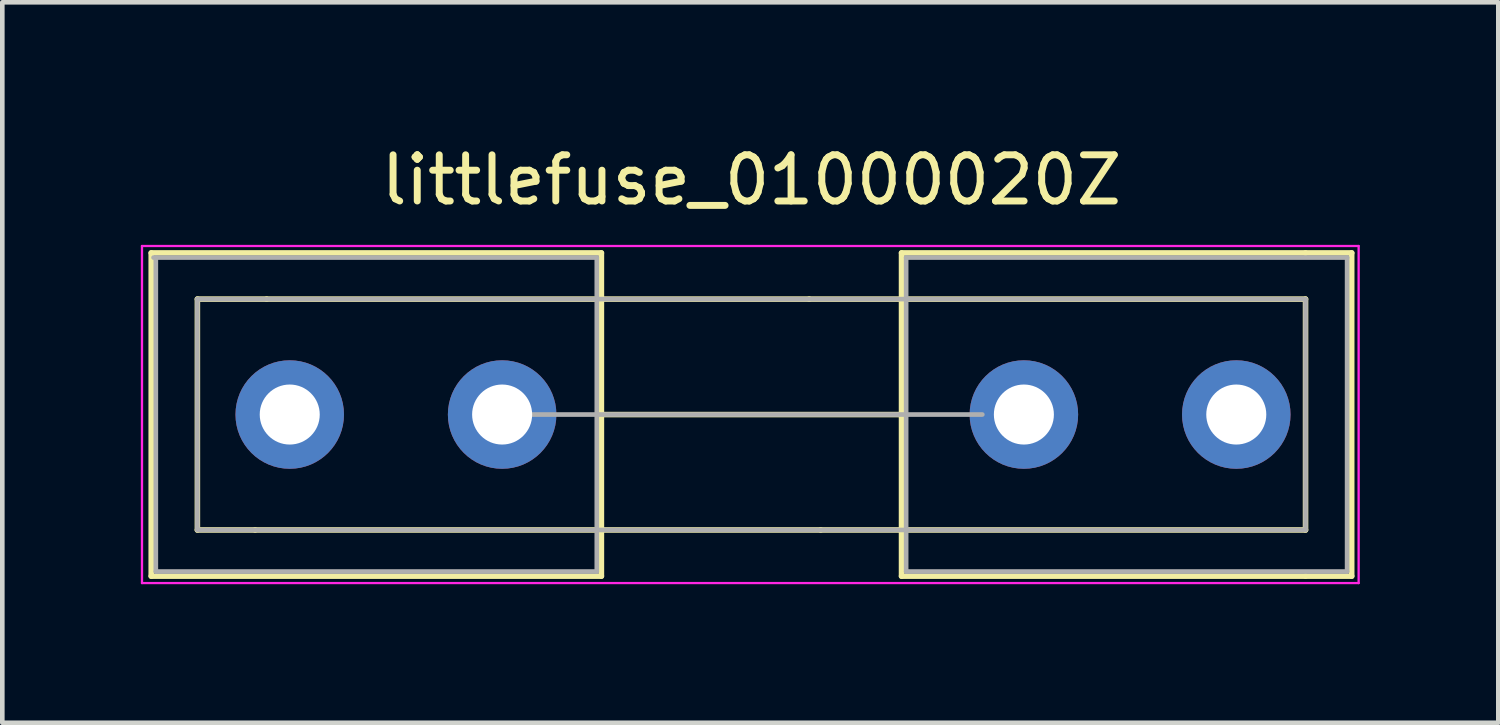
<source format=kicad_pcb>
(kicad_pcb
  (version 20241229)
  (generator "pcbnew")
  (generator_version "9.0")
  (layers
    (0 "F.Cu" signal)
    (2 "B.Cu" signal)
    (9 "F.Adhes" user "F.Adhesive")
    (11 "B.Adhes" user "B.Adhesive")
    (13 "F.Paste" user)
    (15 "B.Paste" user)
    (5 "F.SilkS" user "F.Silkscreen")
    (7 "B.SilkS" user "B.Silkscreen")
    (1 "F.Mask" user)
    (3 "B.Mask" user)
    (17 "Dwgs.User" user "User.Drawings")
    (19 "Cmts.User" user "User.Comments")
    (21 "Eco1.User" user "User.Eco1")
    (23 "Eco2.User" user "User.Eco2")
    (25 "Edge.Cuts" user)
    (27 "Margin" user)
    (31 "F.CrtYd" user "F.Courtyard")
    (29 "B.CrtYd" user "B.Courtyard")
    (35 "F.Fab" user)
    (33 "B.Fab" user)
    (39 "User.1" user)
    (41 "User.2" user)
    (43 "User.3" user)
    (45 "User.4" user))
  (footprint "littlefuse_01000020Z"
    (layer "F.Cu")
    (at 3.225 5.928)
    (property "Reference" "littlefuse_01000020Z" (at 10 -5.08 0) (layer "F.SilkS") (effects (font (size 1 1) (thickness 0.15))))
    (attr through_hole)
    (fp_line (start -3 -3.5) (end -3 3.5) (stroke (width 0.12) (type solid)) (layer "F.SilkS"))
    (fp_line (start -2 -2.5) (end -2 2.5) (stroke (width 0.12) (type solid)) (layer "F.SilkS"))
    (fp_line (start -0.75 2.5) (end -2 2.5) (stroke (width 0.12) (type solid)) (layer "F.SilkS"))
    (fp_line (start -0.5 -2.5) (end -2 -2.5) (stroke (width 0.12) (type solid)) (layer "F.SilkS"))
    (fp_line (start 6.75 -3.5) (end -3 -3.5) (stroke (width 0.12) (type solid)) (layer "F.SilkS"))
    (fp_line (start 6.75 -3.5) (end 6.75 3.5) (stroke (width 0.12) (type solid)) (layer "F.SilkS"))
    (fp_line (start 6.75 3.5) (end -3 3.5) (stroke (width 0.12) (type solid)) (layer "F.SilkS"))
    (fp_line (start 11.25 -2.5) (end -0.5 -2.5) (stroke (width 0.12) (type solid)) (layer "F.SilkS"))
    (fp_line (start 11.5 2.5) (end -0.75 2.5) (stroke (width 0.12) (type solid)) (layer "F.SilkS"))
    (fp_line (start 13.25 -3.5) (end 13.25 3.5) (stroke (width 0.12) (type solid)) (layer "F.SilkS"))
    (fp_line (start 13.25 0) (end 6.75 0) (stroke (width 0.12) (type solid)) (layer "F.SilkS"))
    (fp_line (start 22 -3.5) (end 13.25 -3.5) (stroke (width 0.12) (type solid)) (layer "F.SilkS"))
    (fp_line (start 22 -2.5) (end 11.25 -2.5) (stroke (width 0.12) (type solid)) (layer "F.SilkS"))
    (fp_line (start 22 -2.5) (end 22 2.5) (stroke (width 0.12) (type solid)) (layer "F.SilkS"))
    (fp_line (start 22 2.5) (end 11.5 2.5) (stroke (width 0.12) (type solid)) (layer "F.SilkS"))
    (fp_line (start 22 3.5) (end 13.25 3.5) (stroke (width 0.12) (type solid)) (layer "F.SilkS"))
    (fp_line (start 23 -3.5) (end 22 -3.5) (stroke (width 0.12) (type solid)) (layer "F.SilkS"))
    (fp_line (start 23 -3.5) (end 23 3.5) (stroke (width 0.12) (type solid)) (layer "F.SilkS"))
    (fp_line (start 23 3.5) (end 22 3.5) (stroke (width 0.12) (type solid)) (layer "F.SilkS"))
    (fp_line (start -3.2 -3.65) (end -3.2 3.65) (stroke (width 0.05) (type solid)) (layer "F.CrtYd"))
    (fp_line (start -3.2 -3.65) (end 23.15 -3.65) (stroke (width 0.05) (type solid)) (layer "F.CrtYd"))
    (fp_line (start 23.15 3.65) (end -3.2 3.65) (stroke (width 0.05) (type solid)) (layer "F.CrtYd"))
    (fp_line (start 23.15 3.65) (end 23.15 -3.65) (stroke (width 0.05) (type solid)) (layer "F.CrtYd"))
    (fp_line (start -2.95 -3.4) (end 6.65 -3.4) (stroke (width 0.1) (type solid)) (layer "F.Fab"))
    (fp_line (start -2.9 3.4) (end -2.9 -3.4) (stroke (width 0.1) (type solid)) (layer "F.Fab"))
    (fp_line (start -2 -2.5) (end 22 -2.5) (stroke (width 0.1) (type solid)) (layer "F.Fab"))
    (fp_line (start -2 2.5) (end -2 -2.5) (stroke (width 0.1) (type solid)) (layer "F.Fab"))
    (fp_line (start 5 0) (end 15 0) (stroke (width 0.1) (type solid)) (layer "F.Fab"))
    (fp_line (start 6.65 -3.4) (end 6.65 3.4) (stroke (width 0.1) (type solid)) (layer "F.Fab"))
    (fp_line (start 6.65 3.4) (end -2.9 3.4) (stroke (width 0.1) (type solid)) (layer "F.Fab"))
    (fp_line (start 13.35 -3.4) (end 13.35 3.4) (stroke (width 0.1) (type solid)) (layer "F.Fab"))
    (fp_line (start 13.35 3.4) (end 22.9 3.4) (stroke (width 0.1) (type solid)) (layer "F.Fab"))
    (fp_line (start 22 -2.5) (end 22 2.5) (stroke (width 0.1) (type solid)) (layer "F.Fab"))
    (fp_line (start 22 2.5) (end -2 2.5) (stroke (width 0.1) (type solid)) (layer "F.Fab"))
    (fp_line (start 22.9 -3.4) (end 13.35 -3.4) (stroke (width 0.1) (type solid)) (layer "F.Fab"))
    (fp_line (start 22.9 3.4) (end 22.9 -3.4) (stroke (width 0.1) (type solid)) (layer "F.Fab"))
    (pad "1" thru_hole circle (at 0 0) (size 2.35 2.35) (drill 1.3) (layers "*.Cu" "*.Mask"))
    (pad "1" thru_hole circle (at 4.6 0) (size 2.35 2.35) (drill 1.3) (layers "*.Cu" "*.Mask"))
    (pad "2" thru_hole circle (at 15.9 0) (size 2.35 2.35) (drill 1.3) (layers "*.Cu" "*.Mask"))
    (pad "2" thru_hole circle (at 20.5 0) (size 2.35 2.35) (drill 1.3) (layers "*.Cu" "*.Mask")))
  (gr_rect
    (start -3 -3)
    (end 29.4 12.603)
    (stroke (width 0.1) (type default))
    (fill no)
    (layer "Edge.Cuts")))
</source>
